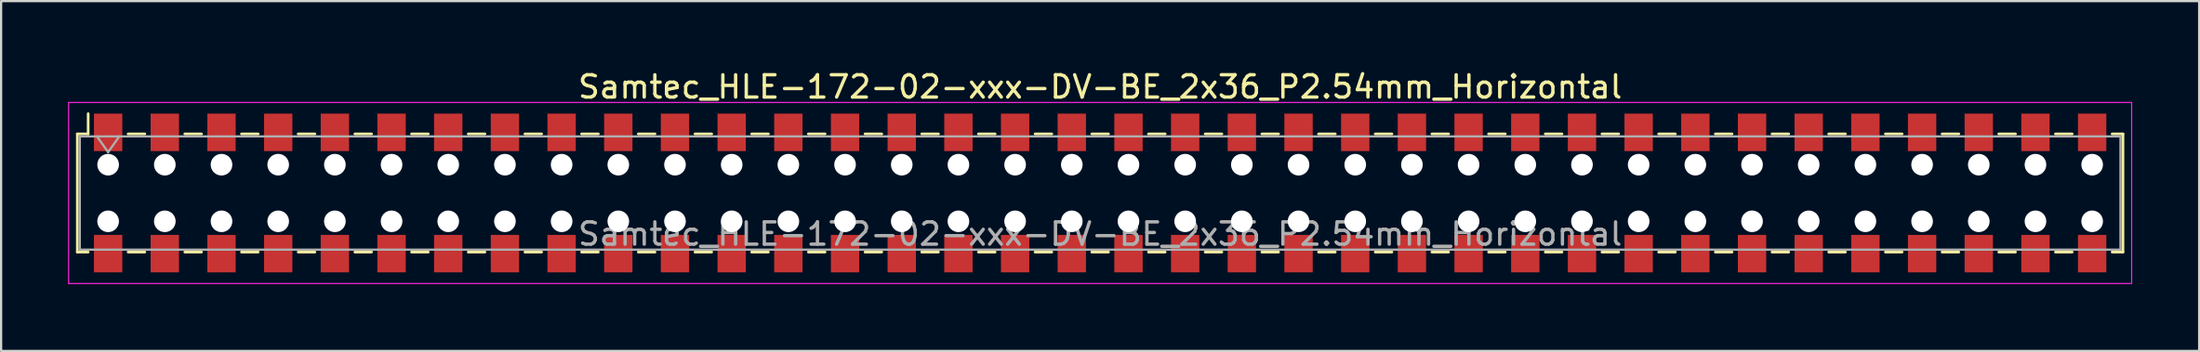
<source format=kicad_pcb>
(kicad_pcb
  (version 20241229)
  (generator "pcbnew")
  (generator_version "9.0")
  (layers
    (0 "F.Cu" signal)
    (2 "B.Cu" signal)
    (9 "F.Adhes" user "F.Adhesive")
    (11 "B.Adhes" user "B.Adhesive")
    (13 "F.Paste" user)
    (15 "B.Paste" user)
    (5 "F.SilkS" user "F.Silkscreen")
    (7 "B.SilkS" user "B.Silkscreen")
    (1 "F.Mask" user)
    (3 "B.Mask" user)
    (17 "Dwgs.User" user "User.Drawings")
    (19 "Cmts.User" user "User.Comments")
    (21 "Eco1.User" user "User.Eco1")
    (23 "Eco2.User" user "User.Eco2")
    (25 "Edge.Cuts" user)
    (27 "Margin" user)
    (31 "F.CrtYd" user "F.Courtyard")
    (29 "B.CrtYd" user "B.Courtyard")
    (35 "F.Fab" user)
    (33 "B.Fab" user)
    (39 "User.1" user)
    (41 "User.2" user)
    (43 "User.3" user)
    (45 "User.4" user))
  (footprint "Samtec_HLE-172-02-xxx-DV-BE_2x36_P2.54mm_Horizontal"
    (layer "F.Cu")
    (at 46.245 5.608)
    (property "Reference" "Samtec_HLE-172-02-xxx-DV-BE_2x36_P2.54mm_Horizontal" (at 0 -4.76 0) (layer "F.SilkS") (effects (font (size 1 1) (thickness 0.15))))
    (attr smd)
    (fp_line (start -45.83 -2.65) (end -45.83 2.65) (stroke (width 0.12) (type solid)) (layer "F.SilkS"))
    (fp_line (start -45.83 2.65) (end -45.345 2.65) (stroke (width 0.12) (type solid)) (layer "F.SilkS"))
    (fp_line (start -45.345 -3.56) (end -45.345 -2.65) (stroke (width 0.12) (type solid)) (layer "F.SilkS"))
    (fp_line (start -45.345 -2.65) (end -45.83 -2.65) (stroke (width 0.12) (type solid)) (layer "F.SilkS"))
    (fp_line (start -43.555 -2.65) (end -42.805 -2.65) (stroke (width 0.12) (type solid)) (layer "F.SilkS"))
    (fp_line (start -43.555 2.65) (end -42.805 2.65) (stroke (width 0.12) (type solid)) (layer "F.SilkS"))
    (fp_line (start -41.015 -2.65) (end -40.265 -2.65) (stroke (width 0.12) (type solid)) (layer "F.SilkS"))
    (fp_line (start -41.015 2.65) (end -40.265 2.65) (stroke (width 0.12) (type solid)) (layer "F.SilkS"))
    (fp_line (start -38.475 -2.65) (end -37.725 -2.65) (stroke (width 0.12) (type solid)) (layer "F.SilkS"))
    (fp_line (start -38.475 2.65) (end -37.725 2.65) (stroke (width 0.12) (type solid)) (layer "F.SilkS"))
    (fp_line (start -35.935 -2.65) (end -35.185 -2.65) (stroke (width 0.12) (type solid)) (layer "F.SilkS"))
    (fp_line (start -35.935 2.65) (end -35.185 2.65) (stroke (width 0.12) (type solid)) (layer "F.SilkS"))
    (fp_line (start -33.395 -2.65) (end -32.645 -2.65) (stroke (width 0.12) (type solid)) (layer "F.SilkS"))
    (fp_line (start -33.395 2.65) (end -32.645 2.65) (stroke (width 0.12) (type solid)) (layer "F.SilkS"))
    (fp_line (start -30.855 -2.65) (end -30.105 -2.65) (stroke (width 0.12) (type solid)) (layer "F.SilkS"))
    (fp_line (start -30.855 2.65) (end -30.105 2.65) (stroke (width 0.12) (type solid)) (layer "F.SilkS"))
    (fp_line (start -28.315 -2.65) (end -27.565 -2.65) (stroke (width 0.12) (type solid)) (layer "F.SilkS"))
    (fp_line (start -28.315 2.65) (end -27.565 2.65) (stroke (width 0.12) (type solid)) (layer "F.SilkS"))
    (fp_line (start -25.775 -2.65) (end -25.025 -2.65) (stroke (width 0.12) (type solid)) (layer "F.SilkS"))
    (fp_line (start -25.775 2.65) (end -25.025 2.65) (stroke (width 0.12) (type solid)) (layer "F.SilkS"))
    (fp_line (start -23.235 -2.65) (end -22.485 -2.65) (stroke (width 0.12) (type solid)) (layer "F.SilkS"))
    (fp_line (start -23.235 2.65) (end -22.485 2.65) (stroke (width 0.12) (type solid)) (layer "F.SilkS"))
    (fp_line (start -20.695 -2.65) (end -19.945 -2.65) (stroke (width 0.12) (type solid)) (layer "F.SilkS"))
    (fp_line (start -20.695 2.65) (end -19.945 2.65) (stroke (width 0.12) (type solid)) (layer "F.SilkS"))
    (fp_line (start -18.155 -2.65) (end -17.405 -2.65) (stroke (width 0.12) (type solid)) (layer "F.SilkS"))
    (fp_line (start -18.155 2.65) (end -17.405 2.65) (stroke (width 0.12) (type solid)) (layer "F.SilkS"))
    (fp_line (start -15.615 -2.65) (end -14.865 -2.65) (stroke (width 0.12) (type solid)) (layer "F.SilkS"))
    (fp_line (start -15.615 2.65) (end -14.865 2.65) (stroke (width 0.12) (type solid)) (layer "F.SilkS"))
    (fp_line (start -13.075 -2.65) (end -12.325 -2.65) (stroke (width 0.12) (type solid)) (layer "F.SilkS"))
    (fp_line (start -13.075 2.65) (end -12.325 2.65) (stroke (width 0.12) (type solid)) (layer "F.SilkS"))
    (fp_line (start -10.535 -2.65) (end -9.785 -2.65) (stroke (width 0.12) (type solid)) (layer "F.SilkS"))
    (fp_line (start -10.535 2.65) (end -9.785 2.65) (stroke (width 0.12) (type solid)) (layer "F.SilkS"))
    (fp_line (start -7.995 -2.65) (end -7.245 -2.65) (stroke (width 0.12) (type solid)) (layer "F.SilkS"))
    (fp_line (start -7.995 2.65) (end -7.245 2.65) (stroke (width 0.12) (type solid)) (layer "F.SilkS"))
    (fp_line (start -5.455 -2.65) (end -4.705 -2.65) (stroke (width 0.12) (type solid)) (layer "F.SilkS"))
    (fp_line (start -5.455 2.65) (end -4.705 2.65) (stroke (width 0.12) (type solid)) (layer "F.SilkS"))
    (fp_line (start -2.915 -2.65) (end -2.165 -2.65) (stroke (width 0.12) (type solid)) (layer "F.SilkS"))
    (fp_line (start -2.915 2.65) (end -2.165 2.65) (stroke (width 0.12) (type solid)) (layer "F.SilkS"))
    (fp_line (start -0.375 -2.65) (end 0.375 -2.65) (stroke (width 0.12) (type solid)) (layer "F.SilkS"))
    (fp_line (start -0.375 2.65) (end 0.375 2.65) (stroke (width 0.12) (type solid)) (layer "F.SilkS"))
    (fp_line (start 2.165 -2.65) (end 2.915 -2.65) (stroke (width 0.12) (type solid)) (layer "F.SilkS"))
    (fp_line (start 2.165 2.65) (end 2.915 2.65) (stroke (width 0.12) (type solid)) (layer "F.SilkS"))
    (fp_line (start 4.705 -2.65) (end 5.455 -2.65) (stroke (width 0.12) (type solid)) (layer "F.SilkS"))
    (fp_line (start 4.705 2.65) (end 5.455 2.65) (stroke (width 0.12) (type solid)) (layer "F.SilkS"))
    (fp_line (start 7.245 -2.65) (end 7.995 -2.65) (stroke (width 0.12) (type solid)) (layer "F.SilkS"))
    (fp_line (start 7.245 2.65) (end 7.995 2.65) (stroke (width 0.12) (type solid)) (layer "F.SilkS"))
    (fp_line (start 9.785 -2.65) (end 10.535 -2.65) (stroke (width 0.12) (type solid)) (layer "F.SilkS"))
    (fp_line (start 9.785 2.65) (end 10.535 2.65) (stroke (width 0.12) (type solid)) (layer "F.SilkS"))
    (fp_line (start 12.325 -2.65) (end 13.075 -2.65) (stroke (width 0.12) (type solid)) (layer "F.SilkS"))
    (fp_line (start 12.325 2.65) (end 13.075 2.65) (stroke (width 0.12) (type solid)) (layer "F.SilkS"))
    (fp_line (start 14.865 -2.65) (end 15.615 -2.65) (stroke (width 0.12) (type solid)) (layer "F.SilkS"))
    (fp_line (start 14.865 2.65) (end 15.615 2.65) (stroke (width 0.12) (type solid)) (layer "F.SilkS"))
    (fp_line (start 17.405 -2.65) (end 18.155 -2.65) (stroke (width 0.12) (type solid)) (layer "F.SilkS"))
    (fp_line (start 17.405 2.65) (end 18.155 2.65) (stroke (width 0.12) (type solid)) (layer "F.SilkS"))
    (fp_line (start 19.945 -2.65) (end 20.695 -2.65) (stroke (width 0.12) (type solid)) (layer "F.SilkS"))
    (fp_line (start 19.945 2.65) (end 20.695 2.65) (stroke (width 0.12) (type solid)) (layer "F.SilkS"))
    (fp_line (start 22.485 -2.65) (end 23.235 -2.65) (stroke (width 0.12) (type solid)) (layer "F.SilkS"))
    (fp_line (start 22.485 2.65) (end 23.235 2.65) (stroke (width 0.12) (type solid)) (layer "F.SilkS"))
    (fp_line (start 25.025 -2.65) (end 25.775 -2.65) (stroke (width 0.12) (type solid)) (layer "F.SilkS"))
    (fp_line (start 25.025 2.65) (end 25.775 2.65) (stroke (width 0.12) (type solid)) (layer "F.SilkS"))
    (fp_line (start 27.565 -2.65) (end 28.315 -2.65) (stroke (width 0.12) (type solid)) (layer "F.SilkS"))
    (fp_line (start 27.565 2.65) (end 28.315 2.65) (stroke (width 0.12) (type solid)) (layer "F.SilkS"))
    (fp_line (start 30.105 -2.65) (end 30.855 -2.65) (stroke (width 0.12) (type solid)) (layer "F.SilkS"))
    (fp_line (start 30.105 2.65) (end 30.855 2.65) (stroke (width 0.12) (type solid)) (layer "F.SilkS"))
    (fp_line (start 32.645 -2.65) (end 33.395 -2.65) (stroke (width 0.12) (type solid)) (layer "F.SilkS"))
    (fp_line (start 32.645 2.65) (end 33.395 2.65) (stroke (width 0.12) (type solid)) (layer "F.SilkS"))
    (fp_line (start 35.185 -2.65) (end 35.935 -2.65) (stroke (width 0.12) (type solid)) (layer "F.SilkS"))
    (fp_line (start 35.185 2.65) (end 35.935 2.65) (stroke (width 0.12) (type solid)) (layer "F.SilkS"))
    (fp_line (start 37.725 -2.65) (end 38.475 -2.65) (stroke (width 0.12) (type solid)) (layer "F.SilkS"))
    (fp_line (start 37.725 2.65) (end 38.475 2.65) (stroke (width 0.12) (type solid)) (layer "F.SilkS"))
    (fp_line (start 40.265 -2.65) (end 41.015 -2.65) (stroke (width 0.12) (type solid)) (layer "F.SilkS"))
    (fp_line (start 40.265 2.65) (end 41.015 2.65) (stroke (width 0.12) (type solid)) (layer "F.SilkS"))
    (fp_line (start 42.805 -2.65) (end 43.555 -2.65) (stroke (width 0.12) (type solid)) (layer "F.SilkS"))
    (fp_line (start 42.805 2.65) (end 43.555 2.65) (stroke (width 0.12) (type solid)) (layer "F.SilkS"))
    (fp_line (start 45.345 -2.65) (end 45.83 -2.65) (stroke (width 0.12) (type solid)) (layer "F.SilkS"))
    (fp_line (start 45.83 -2.65) (end 45.83 2.65) (stroke (width 0.12) (type solid)) (layer "F.SilkS"))
    (fp_line (start 45.83 2.65) (end 45.345 2.65) (stroke (width 0.12) (type solid)) (layer "F.SilkS"))
    (fp_line (start -46.22 -4.06) (end 46.22 -4.06) (stroke (width 0.05) (type solid)) (layer "F.CrtYd"))
    (fp_line (start -46.22 4.06) (end -46.22 -4.06) (stroke (width 0.05) (type solid)) (layer "F.CrtYd"))
    (fp_line (start 46.22 -4.06) (end 46.22 4.06) (stroke (width 0.05) (type solid)) (layer "F.CrtYd"))
    (fp_line (start 46.22 4.06) (end -46.22 4.06) (stroke (width 0.05) (type solid)) (layer "F.CrtYd"))
    (fp_line (start -45.72 -2.54) (end 45.72 -2.54) (stroke (width 0.1) (type solid)) (layer "F.Fab"))
    (fp_line (start -45.72 2.54) (end -45.72 -2.54) (stroke (width 0.1) (type solid)) (layer "F.Fab"))
    (fp_line (start -44.95 -2.54) (end -44.45 -1.833) (stroke (width 0.1) (type solid)) (layer "F.Fab"))
    (fp_line (start -44.45 -1.833) (end -43.95 -2.54) (stroke (width 0.1) (type solid)) (layer "F.Fab"))
    (fp_line (start 45.72 -2.54) (end 45.72 2.54) (stroke (width 0.1) (type solid)) (layer "F.Fab"))
    (fp_line (start 45.72 2.54) (end -45.72 2.54) (stroke (width 0.1) (type solid)) (layer "F.Fab"))
    (fp_text user "${REFERENCE}" (at 0 1.84 0) (layer "F.Fab") (effects (font (size 1 1) (thickness 0.15))))
    (pad "" np_thru_hole circle (at -44.45 -1.27) (size 0.97 0.97) (drill 0.97) (layers "*.Cu" "*.Mask"))
    (pad "" np_thru_hole circle (at -44.45 1.27) (size 0.97 0.97) (drill 0.97) (layers "*.Cu" "*.Mask"))
    (pad "" np_thru_hole circle (at -41.91 -1.27) (size 0.97 0.97) (drill 0.97) (layers "*.Cu" "*.Mask"))
    (pad "" np_thru_hole circle (at -41.91 1.27) (size 0.97 0.97) (drill 0.97) (layers "*.Cu" "*.Mask"))
    (pad "" np_thru_hole circle (at -39.37 -1.27) (size 0.97 0.97) (drill 0.97) (layers "*.Cu" "*.Mask"))
    (pad "" np_thru_hole circle (at -39.37 1.27) (size 0.97 0.97) (drill 0.97) (layers "*.Cu" "*.Mask"))
    (pad "" np_thru_hole circle (at -36.83 -1.27) (size 0.97 0.97) (drill 0.97) (layers "*.Cu" "*.Mask"))
    (pad "" np_thru_hole circle (at -36.83 1.27) (size 0.97 0.97) (drill 0.97) (layers "*.Cu" "*.Mask"))
    (pad "" np_thru_hole circle (at -34.29 -1.27) (size 0.97 0.97) (drill 0.97) (layers "*.Cu" "*.Mask"))
    (pad "" np_thru_hole circle (at -34.29 1.27) (size 0.97 0.97) (drill 0.97) (layers "*.Cu" "*.Mask"))
    (pad "" np_thru_hole circle (at -31.75 -1.27) (size 0.97 0.97) (drill 0.97) (layers "*.Cu" "*.Mask"))
    (pad "" np_thru_hole circle (at -31.75 1.27) (size 0.97 0.97) (drill 0.97) (layers "*.Cu" "*.Mask"))
    (pad "" np_thru_hole circle (at -29.21 -1.27) (size 0.97 0.97) (drill 0.97) (layers "*.Cu" "*.Mask"))
    (pad "" np_thru_hole circle (at -29.21 1.27) (size 0.97 0.97) (drill 0.97) (layers "*.Cu" "*.Mask"))
    (pad "" np_thru_hole circle (at -26.67 -1.27) (size 0.97 0.97) (drill 0.97) (layers "*.Cu" "*.Mask"))
    (pad "" np_thru_hole circle (at -26.67 1.27) (size 0.97 0.97) (drill 0.97) (layers "*.Cu" "*.Mask"))
    (pad "" np_thru_hole circle (at -24.13 -1.27) (size 0.97 0.97) (drill 0.97) (layers "*.Cu" "*.Mask"))
    (pad "" np_thru_hole circle (at -24.13 1.27) (size 0.97 0.97) (drill 0.97) (layers "*.Cu" "*.Mask"))
    (pad "" np_thru_hole circle (at -21.59 -1.27) (size 0.97 0.97) (drill 0.97) (layers "*.Cu" "*.Mask"))
    (pad "" np_thru_hole circle (at -21.59 1.27) (size 0.97 0.97) (drill 0.97) (layers "*.Cu" "*.Mask"))
    (pad "" np_thru_hole circle (at -19.05 -1.27) (size 0.97 0.97) (drill 0.97) (layers "*.Cu" "*.Mask"))
    (pad "" np_thru_hole circle (at -19.05 1.27) (size 0.97 0.97) (drill 0.97) (layers "*.Cu" "*.Mask"))
    (pad "" np_thru_hole circle (at -16.51 -1.27) (size 0.97 0.97) (drill 0.97) (layers "*.Cu" "*.Mask"))
    (pad "" np_thru_hole circle (at -16.51 1.27) (size 0.97 0.97) (drill 0.97) (layers "*.Cu" "*.Mask"))
    (pad "" np_thru_hole circle (at -13.97 -1.27) (size 0.97 0.97) (drill 0.97) (layers "*.Cu" "*.Mask"))
    (pad "" np_thru_hole circle (at -13.97 1.27) (size 0.97 0.97) (drill 0.97) (layers "*.Cu" "*.Mask"))
    (pad "" np_thru_hole circle (at -11.43 -1.27) (size 0.97 0.97) (drill 0.97) (layers "*.Cu" "*.Mask"))
    (pad "" np_thru_hole circle (at -11.43 1.27) (size 0.97 0.97) (drill 0.97) (layers "*.Cu" "*.Mask"))
    (pad "" np_thru_hole circle (at -8.89 -1.27) (size 0.97 0.97) (drill 0.97) (layers "*.Cu" "*.Mask"))
    (pad "" np_thru_hole circle (at -8.89 1.27) (size 0.97 0.97) (drill 0.97) (layers "*.Cu" "*.Mask"))
    (pad "" np_thru_hole circle (at -6.35 -1.27) (size 0.97 0.97) (drill 0.97) (layers "*.Cu" "*.Mask"))
    (pad "" np_thru_hole circle (at -6.35 1.27) (size 0.97 0.97) (drill 0.97) (layers "*.Cu" "*.Mask"))
    (pad "" np_thru_hole circle (at -3.81 -1.27) (size 0.97 0.97) (drill 0.97) (layers "*.Cu" "*.Mask"))
    (pad "" np_thru_hole circle (at -3.81 1.27) (size 0.97 0.97) (drill 0.97) (layers "*.Cu" "*.Mask"))
    (pad "" np_thru_hole circle (at -1.27 -1.27) (size 0.97 0.97) (drill 0.97) (layers "*.Cu" "*.Mask"))
    (pad "" np_thru_hole circle (at -1.27 1.27) (size 0.97 0.97) (drill 0.97) (layers "*.Cu" "*.Mask"))
    (pad "" np_thru_hole circle (at 1.27 -1.27) (size 0.97 0.97) (drill 0.97) (layers "*.Cu" "*.Mask"))
    (pad "" np_thru_hole circle (at 1.27 1.27) (size 0.97 0.97) (drill 0.97) (layers "*.Cu" "*.Mask"))
    (pad "" np_thru_hole circle (at 3.81 -1.27) (size 0.97 0.97) (drill 0.97) (layers "*.Cu" "*.Mask"))
    (pad "" np_thru_hole circle (at 3.81 1.27) (size 0.97 0.97) (drill 0.97) (layers "*.Cu" "*.Mask"))
    (pad "" np_thru_hole circle (at 6.35 -1.27) (size 0.97 0.97) (drill 0.97) (layers "*.Cu" "*.Mask"))
    (pad "" np_thru_hole circle (at 6.35 1.27) (size 0.97 0.97) (drill 0.97) (layers "*.Cu" "*.Mask"))
    (pad "" np_thru_hole circle (at 8.89 -1.27) (size 0.97 0.97) (drill 0.97) (layers "*.Cu" "*.Mask"))
    (pad "" np_thru_hole circle (at 8.89 1.27) (size 0.97 0.97) (drill 0.97) (layers "*.Cu" "*.Mask"))
    (pad "" np_thru_hole circle (at 11.43 -1.27) (size 0.97 0.97) (drill 0.97) (layers "*.Cu" "*.Mask"))
    (pad "" np_thru_hole circle (at 11.43 1.27) (size 0.97 0.97) (drill 0.97) (layers "*.Cu" "*.Mask"))
    (pad "" np_thru_hole circle (at 13.97 -1.27) (size 0.97 0.97) (drill 0.97) (layers "*.Cu" "*.Mask"))
    (pad "" np_thru_hole circle (at 13.97 1.27) (size 0.97 0.97) (drill 0.97) (layers "*.Cu" "*.Mask"))
    (pad "" np_thru_hole circle (at 16.51 -1.27) (size 0.97 0.97) (drill 0.97) (layers "*.Cu" "*.Mask"))
    (pad "" np_thru_hole circle (at 16.51 1.27) (size 0.97 0.97) (drill 0.97) (layers "*.Cu" "*.Mask"))
    (pad "" np_thru_hole circle (at 19.05 -1.27) (size 0.97 0.97) (drill 0.97) (layers "*.Cu" "*.Mask"))
    (pad "" np_thru_hole circle (at 19.05 1.27) (size 0.97 0.97) (drill 0.97) (layers "*.Cu" "*.Mask"))
    (pad "" np_thru_hole circle (at 21.59 -1.27) (size 0.97 0.97) (drill 0.97) (layers "*.Cu" "*.Mask"))
    (pad "" np_thru_hole circle (at 21.59 1.27) (size 0.97 0.97) (drill 0.97) (layers "*.Cu" "*.Mask"))
    (pad "" np_thru_hole circle (at 24.13 -1.27) (size 0.97 0.97) (drill 0.97) (layers "*.Cu" "*.Mask"))
    (pad "" np_thru_hole circle (at 24.13 1.27) (size 0.97 0.97) (drill 0.97) (layers "*.Cu" "*.Mask"))
    (pad "" np_thru_hole circle (at 26.67 -1.27) (size 0.97 0.97) (drill 0.97) (layers "*.Cu" "*.Mask"))
    (pad "" np_thru_hole circle (at 26.67 1.27) (size 0.97 0.97) (drill 0.97) (layers "*.Cu" "*.Mask"))
    (pad "" np_thru_hole circle (at 29.21 -1.27) (size 0.97 0.97) (drill 0.97) (layers "*.Cu" "*.Mask"))
    (pad "" np_thru_hole circle (at 29.21 1.27) (size 0.97 0.97) (drill 0.97) (layers "*.Cu" "*.Mask"))
    (pad "" np_thru_hole circle (at 31.75 -1.27) (size 0.97 0.97) (drill 0.97) (layers "*.Cu" "*.Mask"))
    (pad "" np_thru_hole circle (at 31.75 1.27) (size 0.97 0.97) (drill 0.97) (layers "*.Cu" "*.Mask"))
    (pad "" np_thru_hole circle (at 34.29 -1.27) (size 0.97 0.97) (drill 0.97) (layers "*.Cu" "*.Mask"))
    (pad "" np_thru_hole circle (at 34.29 1.27) (size 0.97 0.97) (drill 0.97) (layers "*.Cu" "*.Mask"))
    (pad "" np_thru_hole circle (at 36.83 -1.27) (size 0.97 0.97) (drill 0.97) (layers "*.Cu" "*.Mask"))
    (pad "" np_thru_hole circle (at 36.83 1.27) (size 0.97 0.97) (drill 0.97) (layers "*.Cu" "*.Mask"))
    (pad "" np_thru_hole circle (at 39.37 -1.27) (size 0.97 0.97) (drill 0.97) (layers "*.Cu" "*.Mask"))
    (pad "" np_thru_hole circle (at 39.37 1.27) (size 0.97 0.97) (drill 0.97) (layers "*.Cu" "*.Mask"))
    (pad "" np_thru_hole circle (at 41.91 -1.27) (size 0.97 0.97) (drill 0.97) (layers "*.Cu" "*.Mask"))
    (pad "" np_thru_hole circle (at 41.91 1.27) (size 0.97 0.97) (drill 0.97) (layers "*.Cu" "*.Mask"))
    (pad "" np_thru_hole circle (at 44.45 -1.27) (size 0.97 0.97) (drill 0.97) (layers "*.Cu" "*.Mask"))
    (pad "" np_thru_hole circle (at 44.45 1.27) (size 0.97 0.97) (drill 0.97) (layers "*.Cu" "*.Mask"))
    (pad "1" smd rect (at -44.45 -2.72) (size 1.27 1.68) (layers "F.Cu" "F.Mask" "F.Paste"))
    (pad "2" smd rect (at -44.45 2.72) (size 1.27 1.68) (layers "F.Cu" "F.Mask" "F.Paste"))
    (pad "3" smd rect (at -41.91 -2.72) (size 1.27 1.68) (layers "F.Cu" "F.Mask" "F.Paste"))
    (pad "4" smd rect (at -41.91 2.72) (size 1.27 1.68) (layers "F.Cu" "F.Mask" "F.Paste"))
    (pad "5" smd rect (at -39.37 -2.72) (size 1.27 1.68) (layers "F.Cu" "F.Mask" "F.Paste"))
    (pad "6" smd rect (at -39.37 2.72) (size 1.27 1.68) (layers "F.Cu" "F.Mask" "F.Paste"))
    (pad "7" smd rect (at -36.83 -2.72) (size 1.27 1.68) (layers "F.Cu" "F.Mask" "F.Paste"))
    (pad "8" smd rect (at -36.83 2.72) (size 1.27 1.68) (layers "F.Cu" "F.Mask" "F.Paste"))
    (pad "9" smd rect (at -34.29 -2.72) (size 1.27 1.68) (layers "F.Cu" "F.Mask" "F.Paste"))
    (pad "10" smd rect (at -34.29 2.72) (size 1.27 1.68) (layers "F.Cu" "F.Mask" "F.Paste"))
    (pad "11" smd rect (at -31.75 -2.72) (size 1.27 1.68) (layers "F.Cu" "F.Mask" "F.Paste"))
    (pad "12" smd rect (at -31.75 2.72) (size 1.27 1.68) (layers "F.Cu" "F.Mask" "F.Paste"))
    (pad "13" smd rect (at -29.21 -2.72) (size 1.27 1.68) (layers "F.Cu" "F.Mask" "F.Paste"))
    (pad "14" smd rect (at -29.21 2.72) (size 1.27 1.68) (layers "F.Cu" "F.Mask" "F.Paste"))
    (pad "15" smd rect (at -26.67 -2.72) (size 1.27 1.68) (layers "F.Cu" "F.Mask" "F.Paste"))
    (pad "16" smd rect (at -26.67 2.72) (size 1.27 1.68) (layers "F.Cu" "F.Mask" "F.Paste"))
    (pad "17" smd rect (at -24.13 -2.72) (size 1.27 1.68) (layers "F.Cu" "F.Mask" "F.Paste"))
    (pad "18" smd rect (at -24.13 2.72) (size 1.27 1.68) (layers "F.Cu" "F.Mask" "F.Paste"))
    (pad "19" smd rect (at -21.59 -2.72) (size 1.27 1.68) (layers "F.Cu" "F.Mask" "F.Paste"))
    (pad "20" smd rect (at -21.59 2.72) (size 1.27 1.68) (layers "F.Cu" "F.Mask" "F.Paste"))
    (pad "21" smd rect (at -19.05 -2.72) (size 1.27 1.68) (layers "F.Cu" "F.Mask" "F.Paste"))
    (pad "22" smd rect (at -19.05 2.72) (size 1.27 1.68) (layers "F.Cu" "F.Mask" "F.Paste"))
    (pad "23" smd rect (at -16.51 -2.72) (size 1.27 1.68) (layers "F.Cu" "F.Mask" "F.Paste"))
    (pad "24" smd rect (at -16.51 2.72) (size 1.27 1.68) (layers "F.Cu" "F.Mask" "F.Paste"))
    (pad "25" smd rect (at -13.97 -2.72) (size 1.27 1.68) (layers "F.Cu" "F.Mask" "F.Paste"))
    (pad "26" smd rect (at -13.97 2.72) (size 1.27 1.68) (layers "F.Cu" "F.Mask" "F.Paste"))
    (pad "27" smd rect (at -11.43 -2.72) (size 1.27 1.68) (layers "F.Cu" "F.Mask" "F.Paste"))
    (pad "28" smd rect (at -11.43 2.72) (size 1.27 1.68) (layers "F.Cu" "F.Mask" "F.Paste"))
    (pad "29" smd rect (at -8.89 -2.72) (size 1.27 1.68) (layers "F.Cu" "F.Mask" "F.Paste"))
    (pad "30" smd rect (at -8.89 2.72) (size 1.27 1.68) (layers "F.Cu" "F.Mask" "F.Paste"))
    (pad "31" smd rect (at -6.35 -2.72) (size 1.27 1.68) (layers "F.Cu" "F.Mask" "F.Paste"))
    (pad "32" smd rect (at -6.35 2.72) (size 1.27 1.68) (layers "F.Cu" "F.Mask" "F.Paste"))
    (pad "33" smd rect (at -3.81 -2.72) (size 1.27 1.68) (layers "F.Cu" "F.Mask" "F.Paste"))
    (pad "34" smd rect (at -3.81 2.72) (size 1.27 1.68) (layers "F.Cu" "F.Mask" "F.Paste"))
    (pad "35" smd rect (at -1.27 -2.72) (size 1.27 1.68) (layers "F.Cu" "F.Mask" "F.Paste"))
    (pad "36" smd rect (at -1.27 2.72) (size 1.27 1.68) (layers "F.Cu" "F.Mask" "F.Paste"))
    (pad "37" smd rect (at 1.27 -2.72) (size 1.27 1.68) (layers "F.Cu" "F.Mask" "F.Paste"))
    (pad "38" smd rect (at 1.27 2.72) (size 1.27 1.68) (layers "F.Cu" "F.Mask" "F.Paste"))
    (pad "39" smd rect (at 3.81 -2.72) (size 1.27 1.68) (layers "F.Cu" "F.Mask" "F.Paste"))
    (pad "40" smd rect (at 3.81 2.72) (size 1.27 1.68) (layers "F.Cu" "F.Mask" "F.Paste"))
    (pad "41" smd rect (at 6.35 -2.72) (size 1.27 1.68) (layers "F.Cu" "F.Mask" "F.Paste"))
    (pad "42" smd rect (at 6.35 2.72) (size 1.27 1.68) (layers "F.Cu" "F.Mask" "F.Paste"))
    (pad "43" smd rect (at 8.89 -2.72) (size 1.27 1.68) (layers "F.Cu" "F.Mask" "F.Paste"))
    (pad "44" smd rect (at 8.89 2.72) (size 1.27 1.68) (layers "F.Cu" "F.Mask" "F.Paste"))
    (pad "45" smd rect (at 11.43 -2.72) (size 1.27 1.68) (layers "F.Cu" "F.Mask" "F.Paste"))
    (pad "46" smd rect (at 11.43 2.72) (size 1.27 1.68) (layers "F.Cu" "F.Mask" "F.Paste"))
    (pad "47" smd rect (at 13.97 -2.72) (size 1.27 1.68) (layers "F.Cu" "F.Mask" "F.Paste"))
    (pad "48" smd rect (at 13.97 2.72) (size 1.27 1.68) (layers "F.Cu" "F.Mask" "F.Paste"))
    (pad "49" smd rect (at 16.51 -2.72) (size 1.27 1.68) (layers "F.Cu" "F.Mask" "F.Paste"))
    (pad "50" smd rect (at 16.51 2.72) (size 1.27 1.68) (layers "F.Cu" "F.Mask" "F.Paste"))
    (pad "51" smd rect (at 19.05 -2.72) (size 1.27 1.68) (layers "F.Cu" "F.Mask" "F.Paste"))
    (pad "52" smd rect (at 19.05 2.72) (size 1.27 1.68) (layers "F.Cu" "F.Mask" "F.Paste"))
    (pad "53" smd rect (at 21.59 -2.72) (size 1.27 1.68) (layers "F.Cu" "F.Mask" "F.Paste"))
    (pad "54" smd rect (at 21.59 2.72) (size 1.27 1.68) (layers "F.Cu" "F.Mask" "F.Paste"))
    (pad "55" smd rect (at 24.13 -2.72) (size 1.27 1.68) (layers "F.Cu" "F.Mask" "F.Paste"))
    (pad "56" smd rect (at 24.13 2.72) (size 1.27 1.68) (layers "F.Cu" "F.Mask" "F.Paste"))
    (pad "57" smd rect (at 26.67 -2.72) (size 1.27 1.68) (layers "F.Cu" "F.Mask" "F.Paste"))
    (pad "58" smd rect (at 26.67 2.72) (size 1.27 1.68) (layers "F.Cu" "F.Mask" "F.Paste"))
    (pad "59" smd rect (at 29.21 -2.72) (size 1.27 1.68) (layers "F.Cu" "F.Mask" "F.Paste"))
    (pad "60" smd rect (at 29.21 2.72) (size 1.27 1.68) (layers "F.Cu" "F.Mask" "F.Paste"))
    (pad "61" smd rect (at 31.75 -2.72) (size 1.27 1.68) (layers "F.Cu" "F.Mask" "F.Paste"))
    (pad "62" smd rect (at 31.75 2.72) (size 1.27 1.68) (layers "F.Cu" "F.Mask" "F.Paste"))
    (pad "63" smd rect (at 34.29 -2.72) (size 1.27 1.68) (layers "F.Cu" "F.Mask" "F.Paste"))
    (pad "64" smd rect (at 34.29 2.72) (size 1.27 1.68) (layers "F.Cu" "F.Mask" "F.Paste"))
    (pad "65" smd rect (at 36.83 -2.72) (size 1.27 1.68) (layers "F.Cu" "F.Mask" "F.Paste"))
    (pad "66" smd rect (at 36.83 2.72) (size 1.27 1.68) (layers "F.Cu" "F.Mask" "F.Paste"))
    (pad "67" smd rect (at 39.37 -2.72) (size 1.27 1.68) (layers "F.Cu" "F.Mask" "F.Paste"))
    (pad "68" smd rect (at 39.37 2.72) (size 1.27 1.68) (layers "F.Cu" "F.Mask" "F.Paste"))
    (pad "69" smd rect (at 41.91 -2.72) (size 1.27 1.68) (layers "F.Cu" "F.Mask" "F.Paste"))
    (pad "70" smd rect (at 41.91 2.72) (size 1.27 1.68) (layers "F.Cu" "F.Mask" "F.Paste"))
    (pad "71" smd rect (at 44.45 -2.72) (size 1.27 1.68) (layers "F.Cu" "F.Mask" "F.Paste"))
    (pad "72" smd rect (at 44.45 2.72) (size 1.27 1.68) (layers "F.Cu" "F.Mask" "F.Paste")))
  (gr_rect
    (start -3 -3)
    (end 95.49 12.693)
    (stroke (width 0.1) (type default))
    (fill no)
    (layer "Edge.Cuts")))
</source>
